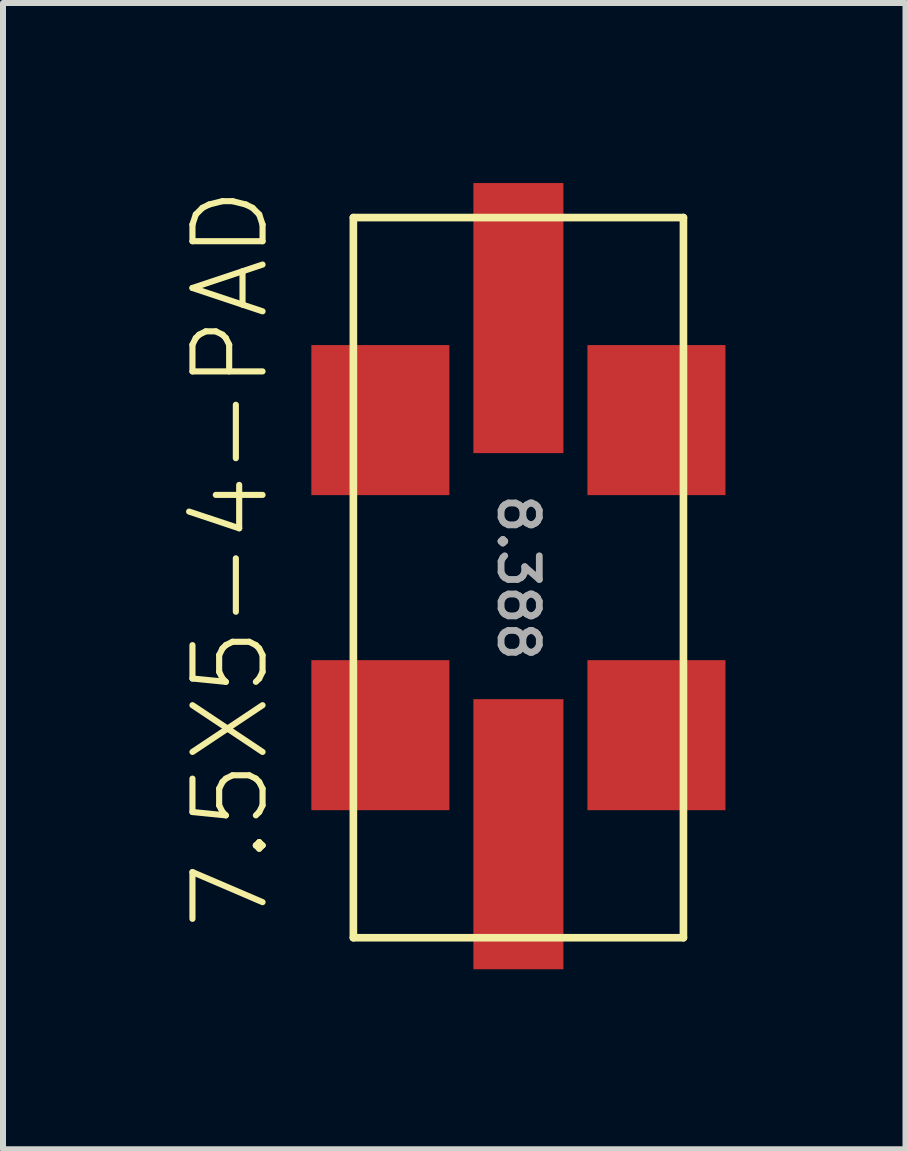
<source format=kicad_pcb>
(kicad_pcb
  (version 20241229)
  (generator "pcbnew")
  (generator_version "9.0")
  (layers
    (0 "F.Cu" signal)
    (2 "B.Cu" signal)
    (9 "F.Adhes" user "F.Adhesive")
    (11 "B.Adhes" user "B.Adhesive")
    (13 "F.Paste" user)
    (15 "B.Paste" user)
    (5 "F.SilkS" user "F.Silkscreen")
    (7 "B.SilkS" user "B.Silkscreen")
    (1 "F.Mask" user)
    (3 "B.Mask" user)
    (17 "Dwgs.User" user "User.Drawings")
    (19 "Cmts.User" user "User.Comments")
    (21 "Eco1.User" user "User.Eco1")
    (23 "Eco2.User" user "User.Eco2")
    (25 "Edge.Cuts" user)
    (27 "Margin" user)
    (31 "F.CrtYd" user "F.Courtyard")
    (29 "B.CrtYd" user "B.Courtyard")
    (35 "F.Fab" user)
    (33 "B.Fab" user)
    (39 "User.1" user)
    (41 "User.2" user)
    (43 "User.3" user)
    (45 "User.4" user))
  (footprint "7.5X5-4-PAD"
    (layer "F.Cu")
    (at 5.588 6.575)
    (property "Reference" "7.5X5-4-PAD" (at -4.115 5.919 90) (unlocked yes) (layer "F.SilkS") (effects (font (size 1.168 1.168) (thickness 0.102)) (justify left bottom)))
    (fp_line (start -2.75 -6) (end 2.75 -6) (stroke (width 0.127) (type solid)) (layer "F.SilkS"))
    (fp_line (start -2.75 6) (end -2.75 -6) (stroke (width 0.127) (type solid)) (layer "F.SilkS"))
    (fp_line (start 2.75 -6) (end 2.75 6) (stroke (width 0.127) (type solid)) (layer "F.SilkS"))
    (fp_line (start 2.75 6) (end -2.75 6) (stroke (width 0.127) (type solid)) (layer "F.SilkS"))
    (fp_text user "8.388" (at 0 0 270) (unlocked yes) (layer "F.Fab") (effects (font (size 0.637 0.637) (thickness 0.113))))
    (pad "1" smd rect (at 2.3 2.625 90) (size 2.5 2.3) (layers "F.Cu" "F.Mask" "F.Paste"))
    (pad "2" smd rect (at 2.3 -2.625 90) (size 2.5 2.3) (layers "F.Cu" "F.Mask" "F.Paste"))
    (pad "3" smd rect (at -2.3 -2.625 270) (size 2.5 2.3) (layers "F.Cu" "F.Mask" "F.Paste"))
    (pad "4" smd rect (at -2.3 2.625 270) (size 2.5 2.3) (layers "F.Cu" "F.Mask" "F.Paste"))
    (pad "5" smd rect (at 0 4.275 270) (size 4.5 1.5) (layers "F.Cu" "F.Mask" "F.Paste"))
    (pad "6" smd rect (at 0 -4.325 270) (size 4.5 1.5) (layers "F.Cu" "F.Mask" "F.Paste")))
  (gr_rect
    (start -3 -3)
    (end 12.038 16.1)
    (stroke (width 0.1) (type default))
    (fill no)
    (layer "Edge.Cuts")))
</source>
